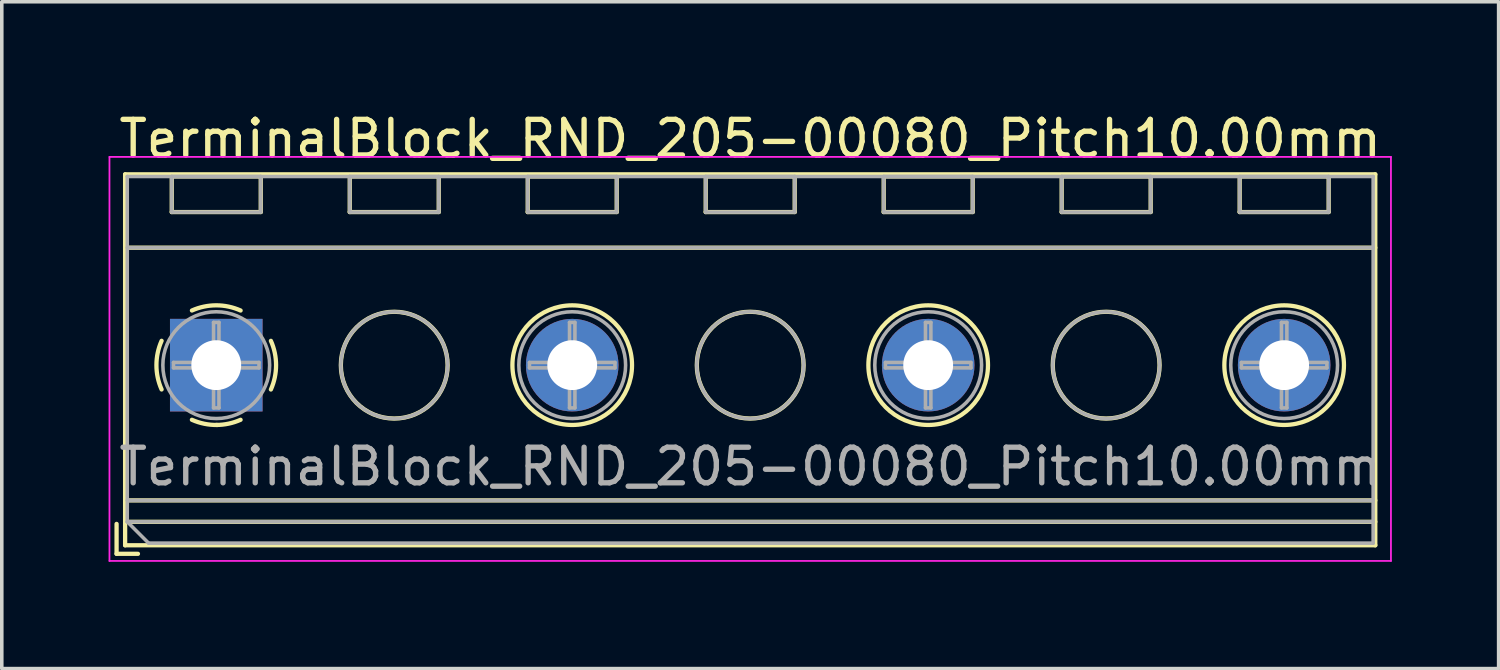
<source format=kicad_pcb>
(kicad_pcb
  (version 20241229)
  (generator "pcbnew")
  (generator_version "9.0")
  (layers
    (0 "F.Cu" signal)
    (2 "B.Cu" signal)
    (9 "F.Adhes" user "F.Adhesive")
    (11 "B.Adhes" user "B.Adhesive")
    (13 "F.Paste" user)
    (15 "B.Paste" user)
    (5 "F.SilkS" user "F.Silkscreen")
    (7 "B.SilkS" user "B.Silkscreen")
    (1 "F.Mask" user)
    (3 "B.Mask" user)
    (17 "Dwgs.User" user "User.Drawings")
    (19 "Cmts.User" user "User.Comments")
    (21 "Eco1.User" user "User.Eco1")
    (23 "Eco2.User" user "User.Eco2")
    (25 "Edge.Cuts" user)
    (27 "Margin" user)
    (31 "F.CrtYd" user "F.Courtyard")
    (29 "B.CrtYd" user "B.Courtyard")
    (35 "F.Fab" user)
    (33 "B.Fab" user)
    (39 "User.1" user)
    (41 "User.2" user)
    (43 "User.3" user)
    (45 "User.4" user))
  (footprint "TerminalBlock_RND_205-00080_Pitch10.00mm"
    (layer "F.Cu")
    (at 3.025 7.208)
    (property "Reference" "TerminalBlock_RND_205-00080_Pitch10.00mm" (at 15 -6.36 0) (layer "F.SilkS") (effects (font (size 1 1) (thickness 0.15))))
    (attr through_hole)
    (fp_line (start -2.8 4.46) (end -2.8 5.3) (stroke (width 0.12) (type solid)) (layer "F.SilkS"))
    (fp_line (start -2.8 5.3) (end -2.2 5.3) (stroke (width 0.12) (type solid)) (layer "F.SilkS"))
    (fp_line (start -2.56 -5.36) (end -2.56 5.06) (stroke (width 0.12) (type solid)) (layer "F.SilkS"))
    (fp_line (start -2.56 -3.3) (end 32.56 -3.3) (stroke (width 0.12) (type solid)) (layer "F.SilkS"))
    (fp_line (start -2.56 3.8) (end 32.56 3.8) (stroke (width 0.12) (type solid)) (layer "F.SilkS"))
    (fp_line (start -2.56 4.4) (end 32.56 4.4) (stroke (width 0.12) (type solid)) (layer "F.SilkS"))
    (fp_line (start -2.56 5.06) (end 32.56 5.06) (stroke (width 0.12) (type solid)) (layer "F.SilkS"))
    (fp_line (start -1.25 -5.301) (end -1.25 -4.301) (stroke (width 0.12) (type solid)) (layer "F.SilkS"))
    (fp_line (start -1.25 -5.301) (end 1.25 -5.301) (stroke (width 0.12) (type solid)) (layer "F.SilkS"))
    (fp_line (start -1.25 -4.301) (end 1.25 -4.301) (stroke (width 0.12) (type solid)) (layer "F.SilkS"))
    (fp_line (start 1.25 -5.301) (end 1.25 -4.301) (stroke (width 0.12) (type solid)) (layer "F.SilkS"))
    (fp_line (start 3.75 -5.301) (end 3.75 -4.301) (stroke (width 0.12) (type solid)) (layer "F.SilkS"))
    (fp_line (start 3.75 -5.301) (end 6.25 -5.301) (stroke (width 0.12) (type solid)) (layer "F.SilkS"))
    (fp_line (start 3.75 -4.301) (end 6.25 -4.301) (stroke (width 0.12) (type solid)) (layer "F.SilkS"))
    (fp_line (start 6.25 -5.301) (end 6.25 -4.301) (stroke (width 0.12) (type solid)) (layer "F.SilkS"))
    (fp_line (start 8.75 -5.301) (end 8.75 -4.301) (stroke (width 0.12) (type solid)) (layer "F.SilkS"))
    (fp_line (start 8.75 -5.301) (end 11.25 -5.301) (stroke (width 0.12) (type solid)) (layer "F.SilkS"))
    (fp_line (start 8.75 -4.301) (end 11.25 -4.301) (stroke (width 0.12) (type solid)) (layer "F.SilkS"))
    (fp_line (start 11.25 -5.301) (end 11.25 -4.301) (stroke (width 0.12) (type solid)) (layer "F.SilkS"))
    (fp_line (start 13.75 -5.301) (end 13.75 -4.301) (stroke (width 0.12) (type solid)) (layer "F.SilkS"))
    (fp_line (start 13.75 -5.301) (end 16.25 -5.301) (stroke (width 0.12) (type solid)) (layer "F.SilkS"))
    (fp_line (start 13.75 -4.301) (end 16.25 -4.301) (stroke (width 0.12) (type solid)) (layer "F.SilkS"))
    (fp_line (start 16.25 -5.301) (end 16.25 -4.301) (stroke (width 0.12) (type solid)) (layer "F.SilkS"))
    (fp_line (start 18.75 -5.301) (end 18.75 -4.301) (stroke (width 0.12) (type solid)) (layer "F.SilkS"))
    (fp_line (start 18.75 -5.301) (end 21.25 -5.301) (stroke (width 0.12) (type solid)) (layer "F.SilkS"))
    (fp_line (start 18.75 -4.301) (end 21.25 -4.301) (stroke (width 0.12) (type solid)) (layer "F.SilkS"))
    (fp_line (start 21.25 -5.301) (end 21.25 -4.301) (stroke (width 0.12) (type solid)) (layer "F.SilkS"))
    (fp_line (start 23.75 -5.301) (end 23.75 -4.301) (stroke (width 0.12) (type solid)) (layer "F.SilkS"))
    (fp_line (start 23.75 -5.301) (end 26.25 -5.301) (stroke (width 0.12) (type solid)) (layer "F.SilkS"))
    (fp_line (start 23.75 -4.301) (end 26.25 -4.301) (stroke (width 0.12) (type solid)) (layer "F.SilkS"))
    (fp_line (start 26.25 -5.301) (end 26.25 -4.301) (stroke (width 0.12) (type solid)) (layer "F.SilkS"))
    (fp_line (start 28.75 -5.301) (end 28.75 -4.301) (stroke (width 0.12) (type solid)) (layer "F.SilkS"))
    (fp_line (start 28.75 -5.301) (end 31.25 -5.301) (stroke (width 0.12) (type solid)) (layer "F.SilkS"))
    (fp_line (start 28.75 -4.301) (end 31.25 -4.301) (stroke (width 0.12) (type solid)) (layer "F.SilkS"))
    (fp_line (start 31.25 -5.301) (end 31.25 -4.301) (stroke (width 0.12) (type solid)) (layer "F.SilkS"))
    (fp_line (start 32.56 -5.36) (end -2.56 -5.36) (stroke (width 0.12) (type solid)) (layer "F.SilkS"))
    (fp_line (start 32.56 5.06) (end 32.56 -5.36) (stroke (width 0.12) (type solid)) (layer "F.SilkS"))
    (fp_arc (start -1.535427 0.683042) (mid -1.680501 -0.000524) (end -1.535 -0.684) (stroke (width 0.12) (type solid)) (layer "F.SilkS"))
    (fp_arc (start -0.683042 -1.535427) (mid 0.000524 -1.680501) (end 0.684 -1.535) (stroke (width 0.12) (type solid)) (layer "F.SilkS"))
    (fp_arc (start 0.028805 1.680253) (mid -0.335551 1.646659) (end -0.684 1.535) (stroke (width 0.12) (type solid)) (layer "F.SilkS"))
    (fp_arc (start 0.683318 1.534756) (mid 0.349292 1.643288) (end 0 1.68) (stroke (width 0.12) (type solid)) (layer "F.SilkS"))
    (fp_arc (start 1.535427 -0.683042) (mid 1.680501 0.000524) (end 1.535 0.684) (stroke (width 0.12) (type solid)) (layer "F.SilkS"))
    (fp_circle (center 5 0) (end 6.5 0) (stroke (width 0.12) (type solid)) (fill no) (layer "F.SilkS"))
    (fp_circle (center 10 0) (end 11.68 0) (stroke (width 0.12) (type solid)) (fill no) (layer "F.SilkS"))
    (fp_circle (center 15 0) (end 16.5 0) (stroke (width 0.12) (type solid)) (fill no) (layer "F.SilkS"))
    (fp_circle (center 20 0) (end 21.68 0) (stroke (width 0.12) (type solid)) (fill no) (layer "F.SilkS"))
    (fp_circle (center 25 0) (end 26.5 0) (stroke (width 0.12) (type solid)) (fill no) (layer "F.SilkS"))
    (fp_circle (center 30 0) (end 31.68 0) (stroke (width 0.12) (type solid)) (fill no) (layer "F.SilkS"))
    (fp_line (start -3 -5.85) (end -3 5.5) (stroke (width 0.05) (type solid)) (layer "F.CrtYd"))
    (fp_line (start -3 5.5) (end 33 5.5) (stroke (width 0.05) (type solid)) (layer "F.CrtYd"))
    (fp_line (start 33 -5.85) (end -3 -5.85) (stroke (width 0.05) (type solid)) (layer "F.CrtYd"))
    (fp_line (start 33 5.5) (end 33 -5.85) (stroke (width 0.05) (type solid)) (layer "F.CrtYd"))
    (fp_line (start -2.5 -5.3) (end 32.5 -5.3) (stroke (width 0.1) (type solid)) (layer "F.Fab"))
    (fp_line (start -2.5 -3.3) (end 32.5 -3.3) (stroke (width 0.1) (type solid)) (layer "F.Fab"))
    (fp_line (start -2.5 3.8) (end 32.5 3.8) (stroke (width 0.1) (type solid)) (layer "F.Fab"))
    (fp_line (start -2.5 4.4) (end -2.5 -5.3) (stroke (width 0.1) (type solid)) (layer "F.Fab"))
    (fp_line (start -2.5 4.4) (end 32.5 4.4) (stroke (width 0.1) (type solid)) (layer "F.Fab"))
    (fp_line (start -1.9 5) (end -2.5 4.4) (stroke (width 0.1) (type solid)) (layer "F.Fab"))
    (fp_line (start -1.25 -5.3) (end -1.25 -4.3) (stroke (width 0.1) (type solid)) (layer "F.Fab"))
    (fp_line (start -1.25 -4.3) (end 1.25 -4.3) (stroke (width 0.1) (type solid)) (layer "F.Fab"))
    (fp_line (start -1.201 -0.076) (end -0.076 -0.076) (stroke (width 0.1) (type solid)) (layer "F.Fab"))
    (fp_line (start -1.201 0.076) (end -1.201 -0.076) (stroke (width 0.1) (type solid)) (layer "F.Fab"))
    (fp_line (start -0.076 -1.201) (end 0.076 -1.201) (stroke (width 0.1) (type solid)) (layer "F.Fab"))
    (fp_line (start -0.076 -0.076) (end -0.076 -1.201) (stroke (width 0.1) (type solid)) (layer "F.Fab"))
    (fp_line (start -0.076 0.076) (end -1.201 0.076) (stroke (width 0.1) (type solid)) (layer "F.Fab"))
    (fp_line (start -0.076 1.201) (end -0.076 0.076) (stroke (width 0.1) (type solid)) (layer "F.Fab"))
    (fp_line (start 0.076 -1.201) (end 0.076 -0.076) (stroke (width 0.1) (type solid)) (layer "F.Fab"))
    (fp_line (start 0.076 -0.076) (end 1.201 -0.076) (stroke (width 0.1) (type solid)) (layer "F.Fab"))
    (fp_line (start 0.076 0.076) (end 0.076 1.201) (stroke (width 0.1) (type solid)) (layer "F.Fab"))
    (fp_line (start 0.076 1.201) (end -0.076 1.201) (stroke (width 0.1) (type solid)) (layer "F.Fab"))
    (fp_line (start 1.201 -0.076) (end 1.201 0.076) (stroke (width 0.1) (type solid)) (layer "F.Fab"))
    (fp_line (start 1.201 0.076) (end 0.076 0.076) (stroke (width 0.1) (type solid)) (layer "F.Fab"))
    (fp_line (start 1.25 -5.3) (end -1.25 -5.3) (stroke (width 0.1) (type solid)) (layer "F.Fab"))
    (fp_line (start 1.25 -4.3) (end 1.25 -5.3) (stroke (width 0.1) (type solid)) (layer "F.Fab"))
    (fp_line (start 3.75 -5.3) (end 3.75 -4.3) (stroke (width 0.1) (type solid)) (layer "F.Fab"))
    (fp_line (start 3.75 -4.3) (end 6.25 -4.3) (stroke (width 0.1) (type solid)) (layer "F.Fab"))
    (fp_line (start 6.25 -5.3) (end 3.75 -5.3) (stroke (width 0.1) (type solid)) (layer "F.Fab"))
    (fp_line (start 6.25 -4.3) (end 6.25 -5.3) (stroke (width 0.1) (type solid)) (layer "F.Fab"))
    (fp_line (start 8.75 -5.3) (end 8.75 -4.3) (stroke (width 0.1) (type solid)) (layer "F.Fab"))
    (fp_line (start 8.75 -4.3) (end 11.25 -4.3) (stroke (width 0.1) (type solid)) (layer "F.Fab"))
    (fp_line (start 8.799 -0.076) (end 9.924 -0.076) (stroke (width 0.1) (type solid)) (layer "F.Fab"))
    (fp_line (start 8.799 0.076) (end 8.799 -0.076) (stroke (width 0.1) (type solid)) (layer "F.Fab"))
    (fp_line (start 9.924 -1.201) (end 10.076 -1.201) (stroke (width 0.1) (type solid)) (layer "F.Fab"))
    (fp_line (start 9.924 -0.076) (end 9.924 -1.201) (stroke (width 0.1) (type solid)) (layer "F.Fab"))
    (fp_line (start 9.924 0.076) (end 8.799 0.076) (stroke (width 0.1) (type solid)) (layer "F.Fab"))
    (fp_line (start 9.924 1.201) (end 9.924 0.076) (stroke (width 0.1) (type solid)) (layer "F.Fab"))
    (fp_line (start 10.076 -1.201) (end 10.076 -0.076) (stroke (width 0.1) (type solid)) (layer "F.Fab"))
    (fp_line (start 10.076 -0.076) (end 11.201 -0.076) (stroke (width 0.1) (type solid)) (layer "F.Fab"))
    (fp_line (start 10.076 0.076) (end 10.076 1.201) (stroke (width 0.1) (type solid)) (layer "F.Fab"))
    (fp_line (start 10.076 1.201) (end 9.924 1.201) (stroke (width 0.1) (type solid)) (layer "F.Fab"))
    (fp_line (start 11.201 -0.076) (end 11.201 0.076) (stroke (width 0.1) (type solid)) (layer "F.Fab"))
    (fp_line (start 11.201 0.076) (end 10.076 0.076) (stroke (width 0.1) (type solid)) (layer "F.Fab"))
    (fp_line (start 11.25 -5.3) (end 8.75 -5.3) (stroke (width 0.1) (type solid)) (layer "F.Fab"))
    (fp_line (start 11.25 -4.3) (end 11.25 -5.3) (stroke (width 0.1) (type solid)) (layer "F.Fab"))
    (fp_line (start 13.75 -5.3) (end 13.75 -4.3) (stroke (width 0.1) (type solid)) (layer "F.Fab"))
    (fp_line (start 13.75 -4.3) (end 16.25 -4.3) (stroke (width 0.1) (type solid)) (layer "F.Fab"))
    (fp_line (start 16.25 -5.3) (end 13.75 -5.3) (stroke (width 0.1) (type solid)) (layer "F.Fab"))
    (fp_line (start 16.25 -4.3) (end 16.25 -5.3) (stroke (width 0.1) (type solid)) (layer "F.Fab"))
    (fp_line (start 18.75 -5.3) (end 18.75 -4.3) (stroke (width 0.1) (type solid)) (layer "F.Fab"))
    (fp_line (start 18.75 -4.3) (end 21.25 -4.3) (stroke (width 0.1) (type solid)) (layer "F.Fab"))
    (fp_line (start 18.799 -0.076) (end 19.924 -0.076) (stroke (width 0.1) (type solid)) (layer "F.Fab"))
    (fp_line (start 18.799 0.076) (end 18.799 -0.076) (stroke (width 0.1) (type solid)) (layer "F.Fab"))
    (fp_line (start 19.924 -1.201) (end 20.076 -1.201) (stroke (width 0.1) (type solid)) (layer "F.Fab"))
    (fp_line (start 19.924 -0.076) (end 19.924 -1.201) (stroke (width 0.1) (type solid)) (layer "F.Fab"))
    (fp_line (start 19.924 0.076) (end 18.799 0.076) (stroke (width 0.1) (type solid)) (layer "F.Fab"))
    (fp_line (start 19.924 1.201) (end 19.924 0.076) (stroke (width 0.1) (type solid)) (layer "F.Fab"))
    (fp_line (start 20.076 -1.201) (end 20.076 -0.076) (stroke (width 0.1) (type solid)) (layer "F.Fab"))
    (fp_line (start 20.076 -0.076) (end 21.201 -0.076) (stroke (width 0.1) (type solid)) (layer "F.Fab"))
    (fp_line (start 20.076 0.076) (end 20.076 1.201) (stroke (width 0.1) (type solid)) (layer "F.Fab"))
    (fp_line (start 20.076 1.201) (end 19.924 1.201) (stroke (width 0.1) (type solid)) (layer "F.Fab"))
    (fp_line (start 21.201 -0.076) (end 21.201 0.076) (stroke (width 0.1) (type solid)) (layer "F.Fab"))
    (fp_line (start 21.201 0.076) (end 20.076 0.076) (stroke (width 0.1) (type solid)) (layer "F.Fab"))
    (fp_line (start 21.25 -5.3) (end 18.75 -5.3) (stroke (width 0.1) (type solid)) (layer "F.Fab"))
    (fp_line (start 21.25 -4.3) (end 21.25 -5.3) (stroke (width 0.1) (type solid)) (layer "F.Fab"))
    (fp_line (start 23.75 -5.3) (end 23.75 -4.3) (stroke (width 0.1) (type solid)) (layer "F.Fab"))
    (fp_line (start 23.75 -4.3) (end 26.25 -4.3) (stroke (width 0.1) (type solid)) (layer "F.Fab"))
    (fp_line (start 26.25 -5.3) (end 23.75 -5.3) (stroke (width 0.1) (type solid)) (layer "F.Fab"))
    (fp_line (start 26.25 -4.3) (end 26.25 -5.3) (stroke (width 0.1) (type solid)) (layer "F.Fab"))
    (fp_line (start 28.75 -5.3) (end 28.75 -4.3) (stroke (width 0.1) (type solid)) (layer "F.Fab"))
    (fp_line (start 28.75 -4.3) (end 31.25 -4.3) (stroke (width 0.1) (type solid)) (layer "F.Fab"))
    (fp_line (start 28.799 -0.076) (end 29.924 -0.076) (stroke (width 0.1) (type solid)) (layer "F.Fab"))
    (fp_line (start 28.799 0.076) (end 28.799 -0.076) (stroke (width 0.1) (type solid)) (layer "F.Fab"))
    (fp_line (start 29.924 -1.201) (end 30.076 -1.201) (stroke (width 0.1) (type solid)) (layer "F.Fab"))
    (fp_line (start 29.924 -0.076) (end 29.924 -1.201) (stroke (width 0.1) (type solid)) (layer "F.Fab"))
    (fp_line (start 29.924 0.076) (end 28.799 0.076) (stroke (width 0.1) (type solid)) (layer "F.Fab"))
    (fp_line (start 29.924 1.201) (end 29.924 0.076) (stroke (width 0.1) (type solid)) (layer "F.Fab"))
    (fp_line (start 30.076 -1.201) (end 30.076 -0.076) (stroke (width 0.1) (type solid)) (layer "F.Fab"))
    (fp_line (start 30.076 -0.076) (end 31.201 -0.076) (stroke (width 0.1) (type solid)) (layer "F.Fab"))
    (fp_line (start 30.076 0.076) (end 30.076 1.201) (stroke (width 0.1) (type solid)) (layer "F.Fab"))
    (fp_line (start 30.076 1.201) (end 29.924 1.201) (stroke (width 0.1) (type solid)) (layer "F.Fab"))
    (fp_line (start 31.201 -0.076) (end 31.201 0.076) (stroke (width 0.1) (type solid)) (layer "F.Fab"))
    (fp_line (start 31.201 0.076) (end 30.076 0.076) (stroke (width 0.1) (type solid)) (layer "F.Fab"))
    (fp_line (start 31.25 -5.3) (end 28.75 -5.3) (stroke (width 0.1) (type solid)) (layer "F.Fab"))
    (fp_line (start 31.25 -4.3) (end 31.25 -5.3) (stroke (width 0.1) (type solid)) (layer "F.Fab"))
    (fp_line (start 32.5 -5.3) (end 32.5 5) (stroke (width 0.1) (type solid)) (layer "F.Fab"))
    (fp_line (start 32.5 5) (end -1.9 5) (stroke (width 0.1) (type solid)) (layer "F.Fab"))
    (fp_circle (center 0 0) (end 1.5 0) (stroke (width 0.1) (type solid)) (fill no) (layer "F.Fab"))
    (fp_circle (center 5 0) (end 6.5 0) (stroke (width 0.1) (type solid)) (fill no) (layer "F.Fab"))
    (fp_circle (center 10 0) (end 11.5 0) (stroke (width 0.1) (type solid)) (fill no) (layer "F.Fab"))
    (fp_circle (center 15 0) (end 16.5 0) (stroke (width 0.1) (type solid)) (fill no) (layer "F.Fab"))
    (fp_circle (center 20 0) (end 21.5 0) (stroke (width 0.1) (type solid)) (fill no) (layer "F.Fab"))
    (fp_circle (center 25 0) (end 26.5 0) (stroke (width 0.1) (type solid)) (fill no) (layer "F.Fab"))
    (fp_circle (center 30 0) (end 31.5 0) (stroke (width 0.1) (type solid)) (fill no) (layer "F.Fab"))
    (fp_text user "${REFERENCE}" (at 15 2.85 0) (layer "F.Fab") (effects (font (size 1 1) (thickness 0.15))))
    (pad "1" thru_hole rect (at 0 0) (size 2.6 2.6) (drill 1.4) (layers "*.Cu" "*.Mask"))
    (pad "2" thru_hole circle (at 10 0) (size 2.6 2.6) (drill 1.4) (layers "*.Cu" "*.Mask"))
    (pad "3" thru_hole circle (at 20 0) (size 2.6 2.6) (drill 1.4) (layers "*.Cu" "*.Mask"))
    (pad "4" thru_hole circle (at 30 0) (size 2.6 2.6) (drill 1.4) (layers "*.Cu" "*.Mask")))
  (gr_rect
    (start -3 -3)
    (end 39.05 15.733)
    (stroke (width 0.1) (type default))
    (fill no)
    (layer "Edge.Cuts")))
</source>
